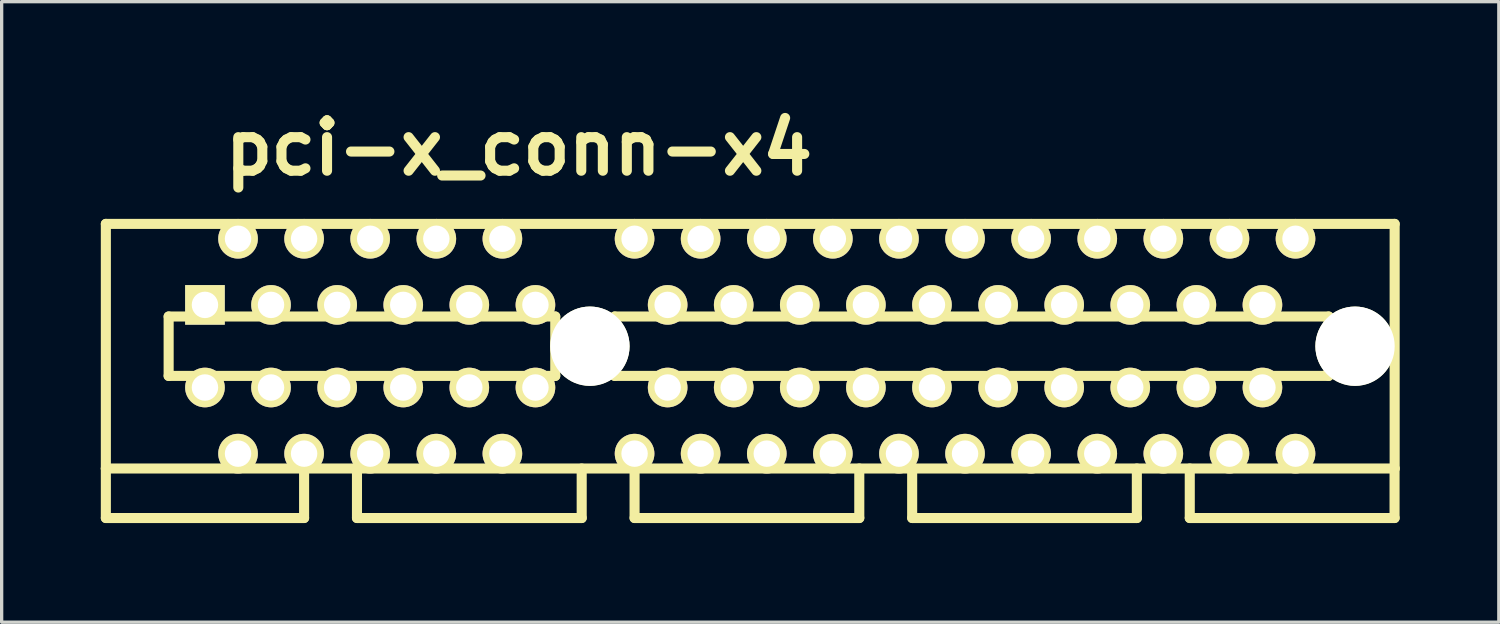
<source format=kicad_pcb>
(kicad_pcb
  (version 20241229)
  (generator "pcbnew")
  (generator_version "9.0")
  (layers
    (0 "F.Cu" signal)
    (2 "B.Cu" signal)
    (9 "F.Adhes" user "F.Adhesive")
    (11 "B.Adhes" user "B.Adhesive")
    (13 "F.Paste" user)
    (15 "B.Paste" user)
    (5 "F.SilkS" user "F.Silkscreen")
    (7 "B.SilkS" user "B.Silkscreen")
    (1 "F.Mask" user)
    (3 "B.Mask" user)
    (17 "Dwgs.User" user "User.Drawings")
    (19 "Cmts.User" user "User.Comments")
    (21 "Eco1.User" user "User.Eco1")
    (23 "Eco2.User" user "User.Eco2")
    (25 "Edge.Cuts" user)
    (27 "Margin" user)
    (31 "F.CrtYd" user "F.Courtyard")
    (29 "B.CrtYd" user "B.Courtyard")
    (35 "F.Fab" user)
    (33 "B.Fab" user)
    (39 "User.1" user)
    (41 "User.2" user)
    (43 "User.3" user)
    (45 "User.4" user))
  (footprint "pci-x_conn-x4"
    (layer "F.Cu")
    (at 12.652 7.426)
    (property "Reference" "pci-x_conn-x4" (at 0 -5.999 0) (layer "F.SilkS") (effects (font (size 1.524 1.524) (thickness 0.305))))
    (attr through_hole)
    (fp_line (start -12.499 -3.701) (end -12.499 3.701) (stroke (width 0.305) (type solid)) (layer "F.SilkS"))
    (fp_line (start -12.499 -3.701) (end 26.5 -3.701) (stroke (width 0.305) (type solid)) (layer "F.SilkS"))
    (fp_line (start -12.499 3.701) (end -12.499 5.199) (stroke (width 0.305) (type solid)) (layer "F.SilkS"))
    (fp_line (start -10.599 -0.899) (end -10.599 0.899) (stroke (width 0.305) (type solid)) (layer "F.SilkS"))
    (fp_line (start -10.599 -0.899) (end 1.1 -0.899) (stroke (width 0.305) (type solid)) (layer "F.SilkS"))
    (fp_line (start -6.5 5.199) (end -12.499 5.199) (stroke (width 0.305) (type solid)) (layer "F.SilkS"))
    (fp_line (start -6.5 5.199) (end -6.5 3.701) (stroke (width 0.305) (type solid)) (layer "F.SilkS"))
    (fp_line (start -4.9 3.701) (end -4.9 5.199) (stroke (width 0.305) (type solid)) (layer "F.SilkS"))
    (fp_line (start -4.9 5.199) (end 1.9 5.199) (stroke (width 0.305) (type solid)) (layer "F.SilkS"))
    (fp_line (start 1.1 0.899) (end -10.599 0.899) (stroke (width 0.305) (type solid)) (layer "F.SilkS"))
    (fp_line (start 1.1 0.899) (end 1.1 -0.899) (stroke (width 0.305) (type solid)) (layer "F.SilkS"))
    (fp_line (start 1.9 5.199) (end 1.9 3.701) (stroke (width 0.305) (type solid)) (layer "F.SilkS"))
    (fp_line (start 2.901 0.899) (end 2.901 -0.899) (stroke (width 0.305) (type solid)) (layer "F.SilkS"))
    (fp_line (start 2.901 0.899) (end 24.501 0.899) (stroke (width 0.305) (type solid)) (layer "F.SilkS"))
    (fp_line (start 3.5 3.701) (end 3.5 5.199) (stroke (width 0.305) (type solid)) (layer "F.SilkS"))
    (fp_line (start 3.5 5.199) (end 10.3 5.199) (stroke (width 0.305) (type solid)) (layer "F.SilkS"))
    (fp_line (start 10.3 5.199) (end 10.3 3.701) (stroke (width 0.305) (type solid)) (layer "F.SilkS"))
    (fp_line (start 11.9 5.199) (end 11.9 3.701) (stroke (width 0.305) (type solid)) (layer "F.SilkS"))
    (fp_line (start 11.902 5.199) (end 18.702 5.199) (stroke (width 0.305) (type solid)) (layer "F.SilkS"))
    (fp_line (start 18.699 5.199) (end 18.699 3.701) (stroke (width 0.305) (type solid)) (layer "F.SilkS"))
    (fp_line (start 20.3 5.199) (end 20.3 3.701) (stroke (width 0.305) (type solid)) (layer "F.SilkS"))
    (fp_line (start 24.501 -0.899) (end 2.901 -0.899) (stroke (width 0.305) (type solid)) (layer "F.SilkS"))
    (fp_line (start 24.503 -0.899) (end 24.503 0.899) (stroke (width 0.305) (type solid)) (layer "F.SilkS"))
    (fp_line (start 26.497 5.199) (end 26.497 3.701) (stroke (width 0.305) (type solid)) (layer "F.SilkS"))
    (fp_line (start 26.5 3.701) (end -12.499 3.701) (stroke (width 0.305) (type solid)) (layer "F.SilkS"))
    (fp_line (start 26.5 3.701) (end 26.5 -3.701) (stroke (width 0.305) (type solid)) (layer "F.SilkS"))
    (fp_line (start 26.5 5.199) (end 20.3 5.199) (stroke (width 0.305) (type solid)) (layer "F.SilkS"))
    (pad "" np_thru_hole circle (at 2.149 0) (size 2.4 2.4) (drill 2.4) (layers "*.Cu" "*.Mask" "F.SilkS"))
    (pad "" np_thru_hole circle (at 25.301 0) (size 2.4 2.4) (drill 2.4) (layers "*.Cu" "*.Mask" "F.SilkS"))
    (pad "A1" thru_hole rect (at -9.5 -1.25) (size 1.199 1.199) (drill 0.8) (layers "*.Cu" "*.Mask" "F.SilkS"))
    (pad "A2" thru_hole circle (at -8.499 -3.251) (size 1.199 1.199) (drill 0.8) (layers "*.Cu" "*.Mask" "F.SilkS"))
    (pad "A3" thru_hole circle (at -7.501 -1.25) (size 1.199 1.199) (drill 0.8) (layers "*.Cu" "*.Mask" "F.SilkS"))
    (pad "A4" thru_hole circle (at -6.5 -3.251) (size 1.199 1.199) (drill 0.8) (layers "*.Cu" "*.Mask" "F.SilkS"))
    (pad "A5" thru_hole circle (at -5.499 -1.25) (size 1.199 1.199) (drill 0.8) (layers "*.Cu" "*.Mask" "F.SilkS"))
    (pad "A6" thru_hole circle (at -4.501 -3.251) (size 1.199 1.199) (drill 0.8) (layers "*.Cu" "*.Mask" "F.SilkS"))
    (pad "A7" thru_hole circle (at -3.5 -1.25) (size 1.199 1.199) (drill 0.8) (layers "*.Cu" "*.Mask" "F.SilkS"))
    (pad "A8" thru_hole circle (at -2.499 -3.251) (size 1.199 1.199) (drill 0.8) (layers "*.Cu" "*.Mask" "F.SilkS"))
    (pad "A9" thru_hole circle (at -1.501 -1.25) (size 1.199 1.199) (drill 0.8) (layers "*.Cu" "*.Mask" "F.SilkS"))
    (pad "A10" thru_hole circle (at -0.5 -3.251) (size 1.199 1.199) (drill 0.8) (layers "*.Cu" "*.Mask" "F.SilkS"))
    (pad "A11" thru_hole circle (at 0.5 -1.25) (size 1.199 1.199) (drill 0.8) (layers "*.Cu" "*.Mask" "F.SilkS"))
    (pad "A12" thru_hole circle (at 3.5 -3.251) (size 1.199 1.199) (drill 0.8) (layers "*.Cu" "*.Mask" "F.SilkS"))
    (pad "A13" thru_hole circle (at 4.501 -1.25) (size 1.199 1.199) (drill 0.8) (layers "*.Cu" "*.Mask" "F.SilkS"))
    (pad "A14" thru_hole circle (at 5.499 -3.251) (size 1.199 1.199) (drill 0.8) (layers "*.Cu" "*.Mask" "F.SilkS"))
    (pad "A15" thru_hole circle (at 6.5 -1.25) (size 1.199 1.199) (drill 0.8) (layers "*.Cu" "*.Mask" "F.SilkS"))
    (pad "A16" thru_hole circle (at 7.501 -3.251) (size 1.199 1.199) (drill 0.8) (layers "*.Cu" "*.Mask" "F.SilkS"))
    (pad "A17" thru_hole circle (at 8.499 -1.25) (size 1.199 1.199) (drill 0.8) (layers "*.Cu" "*.Mask" "F.SilkS"))
    (pad "A18" thru_hole circle (at 9.5 -3.251) (size 1.199 1.199) (drill 0.8) (layers "*.Cu" "*.Mask" "F.SilkS"))
    (pad "A19" thru_hole circle (at 10.5 -1.25) (size 1.199 1.199) (drill 0.8) (layers "*.Cu" "*.Mask" "F.SilkS"))
    (pad "A20" thru_hole circle (at 11.501 -3.251) (size 1.199 1.199) (drill 0.8) (layers "*.Cu" "*.Mask" "F.SilkS"))
    (pad "A21" thru_hole circle (at 12.499 -1.25) (size 1.199 1.199) (drill 0.8) (layers "*.Cu" "*.Mask" "F.SilkS"))
    (pad "A22" thru_hole circle (at 13.5 -3.251) (size 1.199 1.199) (drill 0.8) (layers "*.Cu" "*.Mask" "F.SilkS"))
    (pad "A23" thru_hole circle (at 14.501 -1.25) (size 1.199 1.199) (drill 0.8) (layers "*.Cu" "*.Mask" "F.SilkS"))
    (pad "A24" thru_hole circle (at 15.499 -3.251) (size 1.199 1.199) (drill 0.8) (layers "*.Cu" "*.Mask" "F.SilkS"))
    (pad "A25" thru_hole circle (at 16.5 -1.25) (size 1.199 1.199) (drill 0.8) (layers "*.Cu" "*.Mask" "F.SilkS"))
    (pad "A26" thru_hole circle (at 17.501 -3.251) (size 1.199 1.199) (drill 0.8) (layers "*.Cu" "*.Mask" "F.SilkS"))
    (pad "A27" thru_hole circle (at 18.499 -1.25) (size 1.199 1.199) (drill 0.8) (layers "*.Cu" "*.Mask" "F.SilkS"))
    (pad "A28" thru_hole circle (at 19.5 -3.251) (size 1.199 1.199) (drill 0.8) (layers "*.Cu" "*.Mask" "F.SilkS"))
    (pad "A29" thru_hole circle (at 20.5 -1.25) (size 1.199 1.199) (drill 0.8) (layers "*.Cu" "*.Mask" "F.SilkS"))
    (pad "A30" thru_hole circle (at 21.501 -3.251) (size 1.199 1.199) (drill 0.8) (layers "*.Cu" "*.Mask" "F.SilkS"))
    (pad "A31" thru_hole circle (at 22.499 -1.25) (size 1.199 1.199) (drill 0.8) (layers "*.Cu" "*.Mask" "F.SilkS"))
    (pad "A32" thru_hole circle (at 23.5 -3.251) (size 1.199 1.199) (drill 0.8) (layers "*.Cu" "*.Mask" "F.SilkS"))
    (pad "B1" thru_hole circle (at -9.5 1.25) (size 1.199 1.199) (drill 0.8) (layers "*.Cu" "*.Mask" "F.SilkS"))
    (pad "B2" thru_hole circle (at -8.499 3.251) (size 1.199 1.199) (drill 0.8) (layers "*.Cu" "*.Mask" "F.SilkS"))
    (pad "B3" thru_hole circle (at -7.501 1.25) (size 1.199 1.199) (drill 0.8) (layers "*.Cu" "*.Mask" "F.SilkS"))
    (pad "B4" thru_hole circle (at -6.5 3.251) (size 1.199 1.199) (drill 0.8) (layers "*.Cu" "*.Mask" "F.SilkS"))
    (pad "B5" thru_hole circle (at -5.499 1.25) (size 1.199 1.199) (drill 0.8) (layers "*.Cu" "*.Mask" "F.SilkS"))
    (pad "B6" thru_hole circle (at -4.501 3.251) (size 1.199 1.199) (drill 0.8) (layers "*.Cu" "*.Mask" "F.SilkS"))
    (pad "B7" thru_hole circle (at -3.5 1.25) (size 1.199 1.199) (drill 0.8) (layers "*.Cu" "*.Mask" "F.SilkS"))
    (pad "B8" thru_hole circle (at -2.499 3.251) (size 1.199 1.199) (drill 0.8) (layers "*.Cu" "*.Mask" "F.SilkS"))
    (pad "B9" thru_hole circle (at -1.501 1.25) (size 1.199 1.199) (drill 0.8) (layers "*.Cu" "*.Mask" "F.SilkS"))
    (pad "B10" thru_hole circle (at -0.5 3.251) (size 1.199 1.199) (drill 0.8) (layers "*.Cu" "*.Mask" "F.SilkS"))
    (pad "B11" thru_hole circle (at 0.5 1.25) (size 1.199 1.199) (drill 0.8) (layers "*.Cu" "*.Mask" "F.SilkS"))
    (pad "B12" thru_hole circle (at 3.5 3.251) (size 1.199 1.199) (drill 0.8) (layers "*.Cu" "*.Mask" "F.SilkS"))
    (pad "B13" thru_hole circle (at 4.501 1.25) (size 1.199 1.199) (drill 0.8) (layers "*.Cu" "*.Mask" "F.SilkS"))
    (pad "B14" thru_hole circle (at 5.499 3.251) (size 1.199 1.199) (drill 0.8) (layers "*.Cu" "*.Mask" "F.SilkS"))
    (pad "B15" thru_hole circle (at 6.5 1.25) (size 1.199 1.199) (drill 0.8) (layers "*.Cu" "*.Mask" "F.SilkS"))
    (pad "B16" thru_hole circle (at 7.501 3.251) (size 1.199 1.199) (drill 0.8) (layers "*.Cu" "*.Mask" "F.SilkS"))
    (pad "B17" thru_hole circle (at 8.499 1.25) (size 1.199 1.199) (drill 0.8) (layers "*.Cu" "*.Mask" "F.SilkS"))
    (pad "B18" thru_hole circle (at 9.5 3.251) (size 1.199 1.199) (drill 0.8) (layers "*.Cu" "*.Mask" "F.SilkS"))
    (pad "B19" thru_hole circle (at 10.5 1.25) (size 1.199 1.199) (drill 0.8) (layers "*.Cu" "*.Mask" "F.SilkS"))
    (pad "B20" thru_hole circle (at 11.501 3.251) (size 1.199 1.199) (drill 0.8) (layers "*.Cu" "*.Mask" "F.SilkS"))
    (pad "B21" thru_hole circle (at 12.499 1.25) (size 1.199 1.199) (drill 0.8) (layers "*.Cu" "*.Mask" "F.SilkS"))
    (pad "B22" thru_hole circle (at 13.5 3.251) (size 1.199 1.199) (drill 0.8) (layers "*.Cu" "*.Mask" "F.SilkS"))
    (pad "B23" thru_hole circle (at 14.501 1.25) (size 1.199 1.199) (drill 0.8) (layers "*.Cu" "*.Mask" "F.SilkS"))
    (pad "B24" thru_hole circle (at 15.499 3.251) (size 1.199 1.199) (drill 0.8) (layers "*.Cu" "*.Mask" "F.SilkS"))
    (pad "B25" thru_hole circle (at 16.5 1.25) (size 1.199 1.199) (drill 0.8) (layers "*.Cu" "*.Mask" "F.SilkS"))
    (pad "B26" thru_hole circle (at 17.501 3.251) (size 1.199 1.199) (drill 0.8) (layers "*.Cu" "*.Mask" "F.SilkS"))
    (pad "B27" thru_hole circle (at 18.499 1.25) (size 1.199 1.199) (drill 0.8) (layers "*.Cu" "*.Mask" "F.SilkS"))
    (pad "B28" thru_hole circle (at 19.5 3.251) (size 1.199 1.199) (drill 0.8) (layers "*.Cu" "*.Mask" "F.SilkS"))
    (pad "B29" thru_hole circle (at 20.5 1.25) (size 1.199 1.199) (drill 0.8) (layers "*.Cu" "*.Mask" "F.SilkS"))
    (pad "B30" thru_hole circle (at 21.501 3.251) (size 1.199 1.199) (drill 0.8) (layers "*.Cu" "*.Mask" "F.SilkS"))
    (pad "B31" thru_hole circle (at 22.499 1.25) (size 1.199 1.199) (drill 0.8) (layers "*.Cu" "*.Mask" "F.SilkS"))
    (pad "B32" thru_hole circle (at 23.5 3.251) (size 1.199 1.199) (drill 0.8) (layers "*.Cu" "*.Mask" "F.SilkS")))
  (gr_rect
    (start -3 -3)
    (end 42.304 15.778)
    (stroke (width 0.1) (type default))
    (fill no)
    (layer "Edge.Cuts")))
</source>
